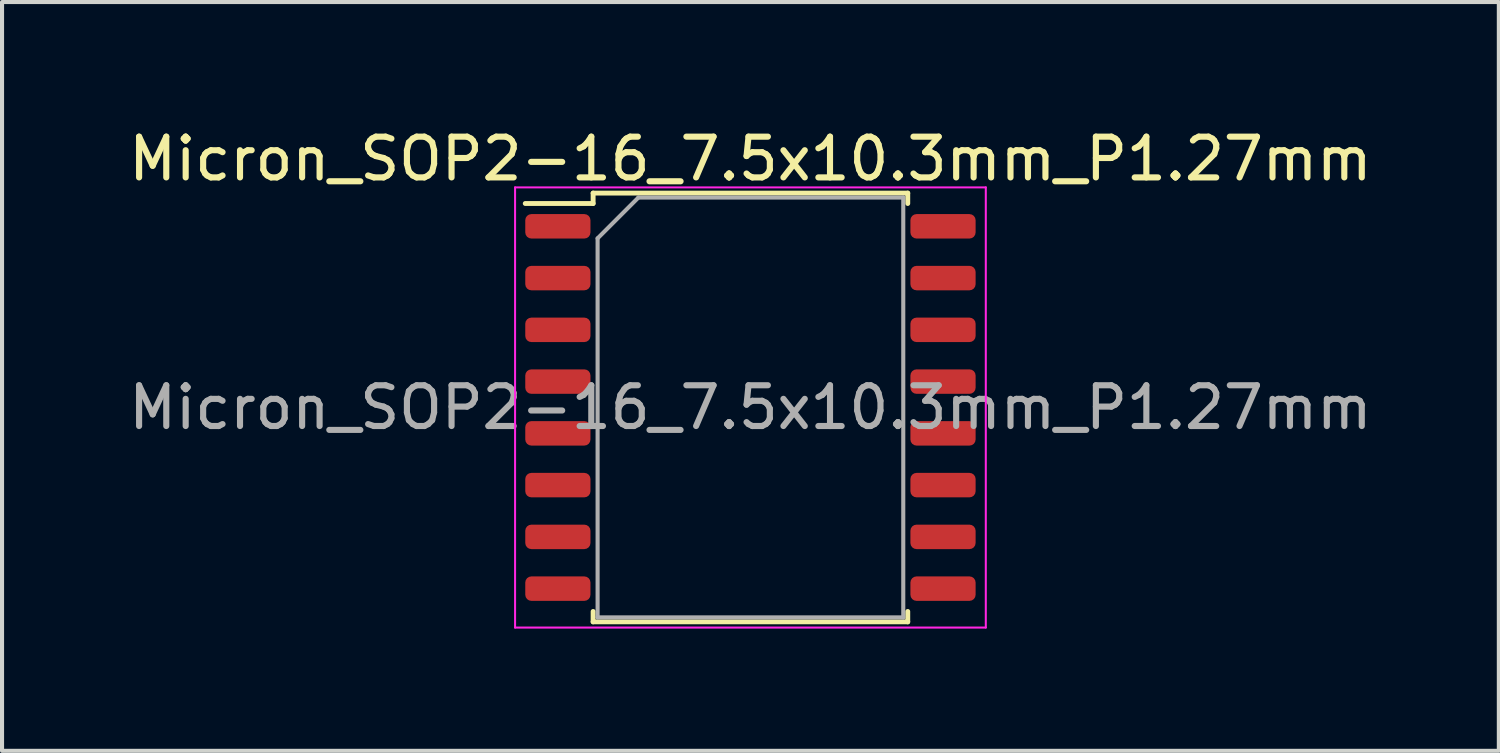
<source format=kicad_pcb>
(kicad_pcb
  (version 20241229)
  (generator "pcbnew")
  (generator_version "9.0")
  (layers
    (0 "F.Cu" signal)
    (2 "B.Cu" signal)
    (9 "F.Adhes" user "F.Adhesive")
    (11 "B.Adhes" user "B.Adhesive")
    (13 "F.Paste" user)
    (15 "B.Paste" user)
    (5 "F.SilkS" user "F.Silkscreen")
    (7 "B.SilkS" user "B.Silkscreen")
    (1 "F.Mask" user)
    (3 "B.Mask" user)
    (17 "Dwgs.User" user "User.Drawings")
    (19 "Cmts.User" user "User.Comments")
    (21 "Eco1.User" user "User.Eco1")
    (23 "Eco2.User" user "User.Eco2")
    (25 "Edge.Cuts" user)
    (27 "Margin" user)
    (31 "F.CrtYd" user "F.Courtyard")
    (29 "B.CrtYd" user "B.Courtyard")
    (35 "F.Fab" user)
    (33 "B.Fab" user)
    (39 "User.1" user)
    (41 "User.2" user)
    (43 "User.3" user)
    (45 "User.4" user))
  (footprint "Micron_SOP2-16_7.5x10.3mm_P1.27mm"
    (layer "F.Cu")
    (at 15.363 6.948)
    (property "Reference" "Micron_SOP2-16_7.5x10.3mm_P1.27mm" (at 0 -6.1 0) (layer "F.SilkS") (effects (font (size 1 1) (thickness 0.15))))
    (attr smd)
    (fp_line (start -3.86 -5.26) (end -3.86 -5.005) (stroke (width 0.12) (type solid)) (layer "F.SilkS"))
    (fp_line (start -3.86 -5.005) (end -5.525 -5.005) (stroke (width 0.12) (type solid)) (layer "F.SilkS"))
    (fp_line (start -3.86 5.26) (end -3.86 5.005) (stroke (width 0.12) (type solid)) (layer "F.SilkS"))
    (fp_line (start 3.86 -5.26) (end -3.86 -5.26) (stroke (width 0.12) (type solid)) (layer "F.SilkS"))
    (fp_line (start 3.86 -5.26) (end 3.86 -5.005) (stroke (width 0.12) (type solid)) (layer "F.SilkS"))
    (fp_line (start 3.86 5.26) (end -3.86 5.26) (stroke (width 0.12) (type solid)) (layer "F.SilkS"))
    (fp_line (start 3.86 5.26) (end 3.86 5.005) (stroke (width 0.12) (type solid)) (layer "F.SilkS"))
    (fp_line (start -5.775 -5.4) (end -5.775 5.4) (stroke (width 0.05) (type solid)) (layer "F.CrtYd"))
    (fp_line (start -5.775 5.4) (end 5.775 5.4) (stroke (width 0.05) (type solid)) (layer "F.CrtYd"))
    (fp_line (start 5.775 -5.4) (end -5.775 -5.4) (stroke (width 0.05) (type solid)) (layer "F.CrtYd"))
    (fp_line (start 5.775 5.4) (end 5.775 -5.4) (stroke (width 0.05) (type solid)) (layer "F.CrtYd"))
    (fp_line (start -3.75 -4.15) (end -2.75 -5.15) (stroke (width 0.1) (type solid)) (layer "F.Fab"))
    (fp_line (start -3.75 5.15) (end -3.75 -4.15) (stroke (width 0.1) (type solid)) (layer "F.Fab"))
    (fp_line (start -2.75 -5.15) (end 3.75 -5.15) (stroke (width 0.1) (type solid)) (layer "F.Fab"))
    (fp_line (start 3.75 -5.15) (end 3.75 5.15) (stroke (width 0.1) (type solid)) (layer "F.Fab"))
    (fp_line (start 3.75 5.15) (end -3.75 5.15) (stroke (width 0.1) (type solid)) (layer "F.Fab"))
    (fp_text user "${REFERENCE}" (at 0 0 0) (layer "F.Fab") (effects (font (size 1 1) (thickness 0.15))))
    (pad "1" smd roundrect (at -4.725 -4.445) (size 1.6 0.6) (layers "F.Cu" "F.Mask" "F.Paste") (roundrect_rratio 0.25))
    (pad "2" smd roundrect (at -4.725 -3.175) (size 1.6 0.6) (layers "F.Cu" "F.Mask" "F.Paste") (roundrect_rratio 0.25))
    (pad "3" smd roundrect (at -4.725 -1.905) (size 1.6 0.6) (layers "F.Cu" "F.Mask" "F.Paste") (roundrect_rratio 0.25))
    (pad "4" smd roundrect (at -4.725 -0.635) (size 1.6 0.6) (layers "F.Cu" "F.Mask" "F.Paste") (roundrect_rratio 0.25))
    (pad "5" smd roundrect (at -4.725 0.635) (size 1.6 0.6) (layers "F.Cu" "F.Mask" "F.Paste") (roundrect_rratio 0.25))
    (pad "6" smd roundrect (at -4.725 1.905) (size 1.6 0.6) (layers "F.Cu" "F.Mask" "F.Paste") (roundrect_rratio 0.25))
    (pad "7" smd roundrect (at -4.725 3.175) (size 1.6 0.6) (layers "F.Cu" "F.Mask" "F.Paste") (roundrect_rratio 0.25))
    (pad "8" smd roundrect (at -4.725 4.445) (size 1.6 0.6) (layers "F.Cu" "F.Mask" "F.Paste") (roundrect_rratio 0.25))
    (pad "9" smd roundrect (at 4.725 4.445) (size 1.6 0.6) (layers "F.Cu" "F.Mask" "F.Paste") (roundrect_rratio 0.25))
    (pad "10" smd roundrect (at 4.725 3.175) (size 1.6 0.6) (layers "F.Cu" "F.Mask" "F.Paste") (roundrect_rratio 0.25))
    (pad "11" smd roundrect (at 4.725 1.905) (size 1.6 0.6) (layers "F.Cu" "F.Mask" "F.Paste") (roundrect_rratio 0.25))
    (pad "12" smd roundrect (at 4.725 0.635) (size 1.6 0.6) (layers "F.Cu" "F.Mask" "F.Paste") (roundrect_rratio 0.25))
    (pad "13" smd roundrect (at 4.725 -0.635) (size 1.6 0.6) (layers "F.Cu" "F.Mask" "F.Paste") (roundrect_rratio 0.25))
    (pad "14" smd roundrect (at 4.725 -1.905) (size 1.6 0.6) (layers "F.Cu" "F.Mask" "F.Paste") (roundrect_rratio 0.25))
    (pad "15" smd roundrect (at 4.725 -3.175) (size 1.6 0.6) (layers "F.Cu" "F.Mask" "F.Paste") (roundrect_rratio 0.25))
    (pad "16" smd roundrect (at 4.725 -4.445) (size 1.6 0.6) (layers "F.Cu" "F.Mask" "F.Paste") (roundrect_rratio 0.25)))
  (gr_rect
    (start -3 -3)
    (end 33.726 15.373)
    (stroke (width 0.1) (type default))
    (fill no)
    (layer "Edge.Cuts")))
</source>
